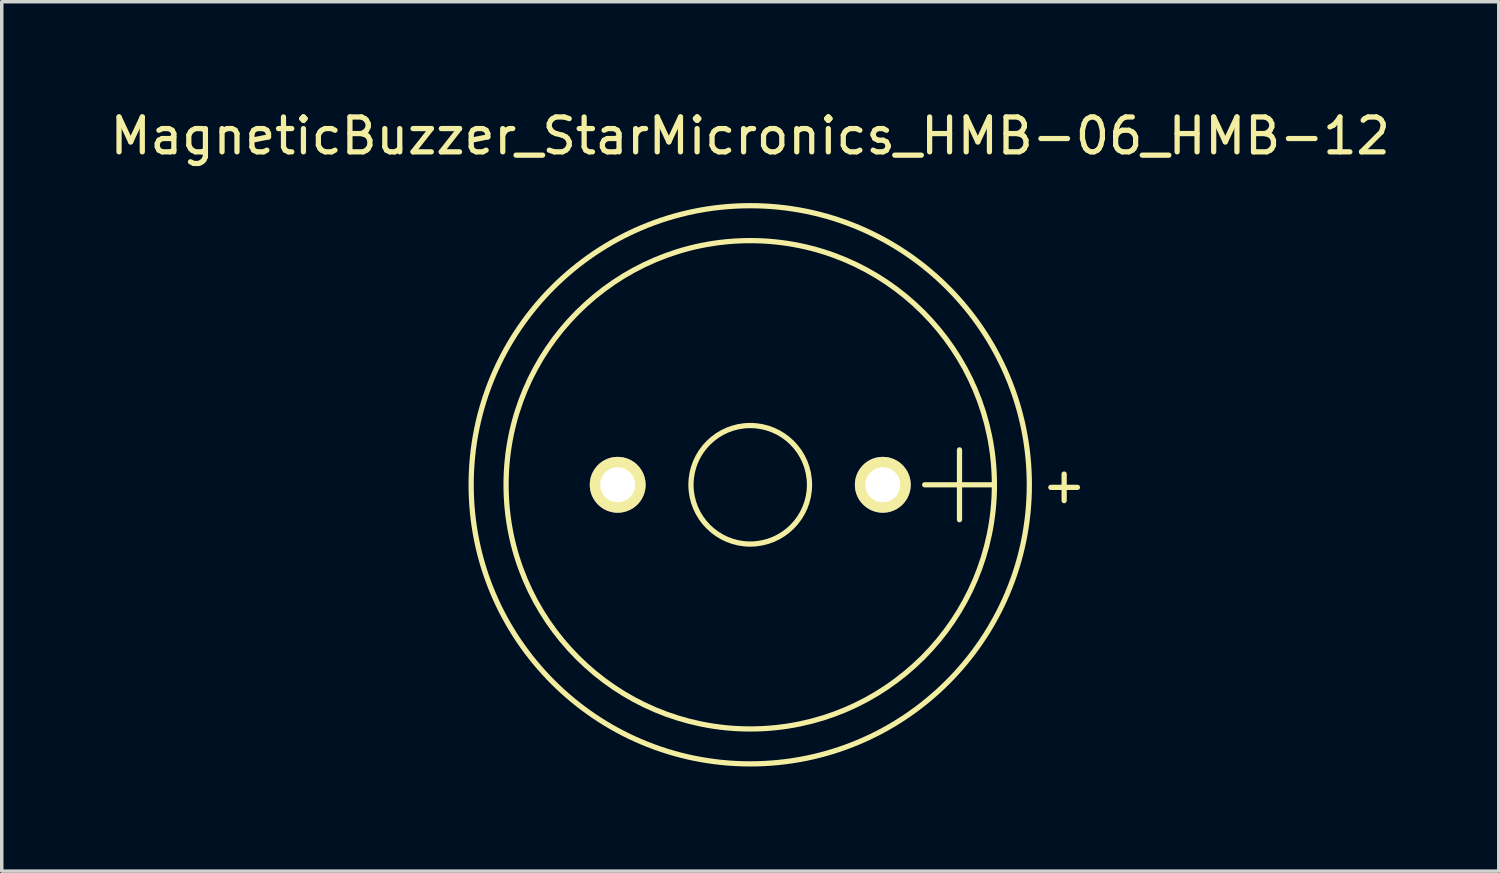
<source format=kicad_pcb>
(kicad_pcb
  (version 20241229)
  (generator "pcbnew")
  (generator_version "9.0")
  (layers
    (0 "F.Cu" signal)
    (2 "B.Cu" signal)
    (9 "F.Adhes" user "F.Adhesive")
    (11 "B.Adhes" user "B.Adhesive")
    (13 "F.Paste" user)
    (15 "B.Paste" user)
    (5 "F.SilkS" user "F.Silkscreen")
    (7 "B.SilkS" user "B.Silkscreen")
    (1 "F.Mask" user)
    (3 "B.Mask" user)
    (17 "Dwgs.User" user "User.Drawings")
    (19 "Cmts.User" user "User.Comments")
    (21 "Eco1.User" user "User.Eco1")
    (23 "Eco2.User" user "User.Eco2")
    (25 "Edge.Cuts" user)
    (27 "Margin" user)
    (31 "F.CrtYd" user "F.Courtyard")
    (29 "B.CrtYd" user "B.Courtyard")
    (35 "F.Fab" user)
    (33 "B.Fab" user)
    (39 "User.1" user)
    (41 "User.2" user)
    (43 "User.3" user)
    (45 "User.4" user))
  (footprint "MagneticBuzzer_StarMicronics_HMB-06_HMB-12"
    (layer "F.Cu")
    (at 14.648 10.848)
    (property "Reference" "MagneticBuzzer_StarMicronics_HMB-06_HMB-12" (at 3.81 -10 0) (layer "F.SilkS") (effects (font (size 1 1) (thickness 0.15))))
    (attr through_hole)
    (fp_line (start 8.811 0) (end 10.81 0) (stroke (width 0.15) (type solid)) (layer "F.SilkS"))
    (fp_line (start 9.809 -1.001) (end 9.809 1.001) (stroke (width 0.15) (type solid)) (layer "F.SilkS"))
    (fp_circle (center 3.81 0) (end 5.509 0) (stroke (width 0.15) (type solid)) (fill no) (layer "F.SilkS"))
    (fp_circle (center 3.81 0) (end 10.81 0) (stroke (width 0.15) (type solid)) (fill no) (layer "F.SilkS"))
    (fp_circle (center 3.81 0) (end 11.811 0) (stroke (width 0.15) (type solid)) (fill no) (layer "F.SilkS"))
    (fp_text user "+" (at 12.809 0 0) (layer "F.SilkS") (effects (font (size 1 1) (thickness 0.15))))
    (pad "1" thru_hole circle (at 0.01 0) (size 1.6 1.6) (drill 1.001) (layers "*.Cu" "*.Mask" "F.SilkS"))
    (pad "2" thru_hole circle (at 7.61 0) (size 1.6 1.6) (drill 1.001) (layers "*.Cu" "*.Mask" "F.SilkS")))
  (gr_rect
    (start -3 -3)
    (end 39.917 21.924)
    (stroke (width 0.1) (type default))
    (fill no)
    (layer "Edge.Cuts")))
</source>
